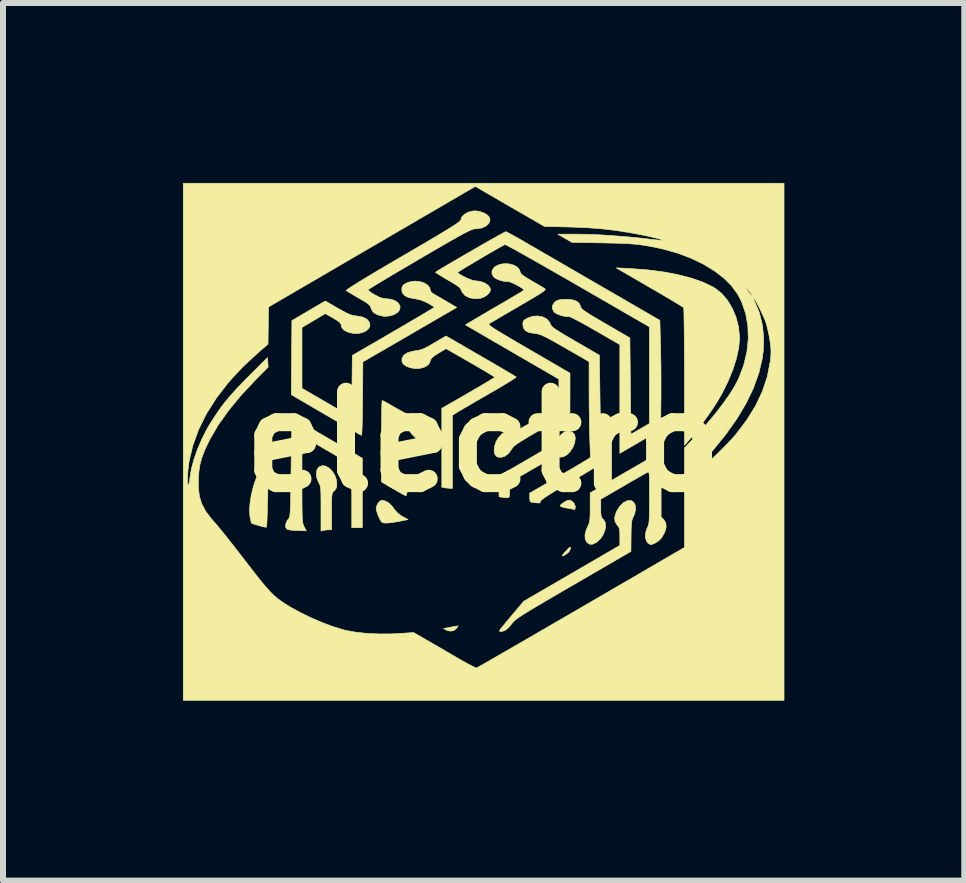
<source format=kicad_pcb>
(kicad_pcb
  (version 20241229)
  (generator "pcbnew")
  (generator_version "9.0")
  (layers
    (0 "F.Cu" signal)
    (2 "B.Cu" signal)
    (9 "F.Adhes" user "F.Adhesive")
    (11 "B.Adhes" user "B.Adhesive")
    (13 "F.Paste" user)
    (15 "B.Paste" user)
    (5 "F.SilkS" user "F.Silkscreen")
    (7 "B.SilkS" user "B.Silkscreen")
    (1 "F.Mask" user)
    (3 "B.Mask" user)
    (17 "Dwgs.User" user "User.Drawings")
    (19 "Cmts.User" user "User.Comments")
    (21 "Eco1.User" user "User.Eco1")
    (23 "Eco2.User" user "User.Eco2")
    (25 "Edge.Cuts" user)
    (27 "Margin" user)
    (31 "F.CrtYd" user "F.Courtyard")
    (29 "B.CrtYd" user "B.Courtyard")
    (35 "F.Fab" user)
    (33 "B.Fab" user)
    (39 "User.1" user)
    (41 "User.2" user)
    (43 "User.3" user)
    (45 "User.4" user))
  (footprint "electro"
    (layer "F.Cu")
    (at 5.004 4.315)
    (property "Reference" "electro" (at 0 0 0) (layer "F.SilkS") (effects (font (size 1.524 1.524) (thickness 0.3))))
    (attr through_hole)
    (fp_poly (pts (xy -0.444 3.11) (xy -0.487 3.146) (xy -0.545 3.157) (xy -0.608 3.142) (xy -0.617 3.137) (xy -0.66 3.113) (xy -0.608 3.103) (xy -0.555 3.093) (xy -0.494 3.081) (xy -0.486 3.08) (xy -0.416 3.068) (xy -0.444 3.11)) (stroke (width 0.01) (type solid)) (fill yes) (layer "F.SilkS"))
    (fp_poly (pts (xy 1.455 1.779) (xy 1.453 1.792) (xy 1.431 1.833) (xy 1.39 1.87) (xy 1.387 1.872) (xy 1.339 1.899) (xy 1.319 1.904) (xy 1.325 1.887) (xy 1.357 1.847) (xy 1.37 1.833) (xy 1.416 1.783) (xy 1.443 1.758) (xy 1.455 1.758) (xy 1.455 1.779)) (stroke (width 0.01) (type solid)) (fill yes) (layer "F.SilkS"))
    (fp_poly (pts (xy 1.477 0.987) (xy 1.515 1.025) (xy 1.535 1.072) (xy 1.537 1.086) (xy 1.532 1.119) (xy 1.523 1.128) (xy 1.5 1.124) (xy 1.453 1.115) (xy 1.395 1.105) (xy 1.337 1.093) (xy 1.296 1.079) (xy 1.282 1.068) (xy 1.297 1.046) (xy 1.333 1.018) (xy 1.377 0.991) (xy 1.418 0.974) (xy 1.433 0.971) (xy 1.477 0.987)) (stroke (width 0.01) (type solid)) (fill yes) (layer "F.SilkS"))
    (fp_poly (pts (xy -1.654 0.979) (xy -1.583 1.011) (xy -1.514 1.077) (xy -1.474 1.133) (xy -1.43 1.183) (xy -1.368 1.232) (xy -1.342 1.247) (xy -1.252 1.296) (xy -1.361 1.319) (xy -1.49 1.342) (xy -1.587 1.354) (xy -1.653 1.354) (xy -1.688 1.342) (xy -1.691 1.339) (xy -1.72 1.294) (xy -1.748 1.233) (xy -1.771 1.169) (xy -1.783 1.118) (xy -1.784 1.111) (xy -1.773 1.065) (xy -1.747 1.017) (xy -1.746 1.016) (xy -1.713 0.983) (xy -1.678 0.976) (xy -1.654 0.979)) (stroke (width 0.01) (type solid)) (fill yes) (layer "F.SilkS"))
    (fp_poly (pts (xy -2.629 0.404) (xy -2.571 0.435) (xy -2.518 0.486) (xy -2.475 0.552) (xy -2.446 0.63) (xy -2.438 0.703) (xy -2.444 0.762) (xy -2.468 0.803) (xy -2.482 0.816) (xy -2.498 0.831) (xy -2.509 0.847) (xy -2.517 0.87) (xy -2.522 0.905) (xy -2.525 0.958) (xy -2.526 1.034) (xy -2.526 1.139) (xy -2.526 1.16) (xy -2.526 1.466) (xy -2.574 1.466) (xy -2.627 1.471) (xy -2.663 1.477) (xy -2.703 1.488) (xy -2.703 1.116) (xy -2.703 0.991) (xy -2.704 0.896) (xy -2.706 0.826) (xy -2.709 0.776) (xy -2.715 0.74) (xy -2.724 0.713) (xy -2.735 0.689) (xy -2.741 0.679) (xy -2.772 0.605) (xy -2.781 0.531) (xy -2.77 0.466) (xy -2.739 0.421) (xy -2.686 0.398) (xy -2.629 0.404)) (stroke (width 0.01) (type solid)) (fill yes) (layer "F.SilkS"))
    (fp_poly (pts (xy -3.59 0.229) (xy -3.588 0.276) (xy -3.586 0.349) (xy -3.586 0.442) (xy -3.586 0.551) (xy -3.587 0.67) (xy -3.589 0.796) (xy -3.591 0.922) (xy -3.594 1.044) (xy -3.597 1.157) (xy -3.601 1.257) (xy -3.604 1.337) (xy -3.608 1.394) (xy -3.612 1.422) (xy -3.613 1.424) (xy -3.638 1.422) (xy -3.685 1.411) (xy -3.741 1.396) (xy -3.799 1.379) (xy -3.842 1.364) (xy -3.861 1.356) (xy -3.868 1.335) (xy -3.878 1.29) (xy -3.888 1.242) (xy -3.894 1.148) (xy -3.887 1.031) (xy -3.867 0.9) (xy -3.835 0.764) (xy -3.813 0.689) (xy -3.791 0.63) (xy -3.762 0.557) (xy -3.728 0.477) (xy -3.692 0.398) (xy -3.658 0.325) (xy -3.628 0.265) (xy -3.605 0.225) (xy -3.594 0.212) (xy -3.59 0.229)) (stroke (width 0.01) (type solid)) (fill yes) (layer "F.SilkS"))
    (fp_poly (pts (xy 1.472 -0.17) (xy 1.49 -0.158) (xy 1.525 -0.119) (xy 1.536 -0.067) (xy 1.536 -0.056) (xy 1.525 0.022) (xy 1.494 0.098) (xy 1.449 0.164) (xy 1.396 0.217) (xy 1.339 0.249) (xy 1.283 0.257) (xy 1.254 0.247) (xy 1.239 0.243) (xy 1.218 0.245) (xy 1.187 0.256) (xy 1.142 0.277) (xy 1.079 0.31) (xy 0.996 0.356) (xy 0.887 0.419) (xy 0.829 0.452) (xy 0.442 0.677) (xy 0.442 0.806) (xy 0.441 0.875) (xy 0.435 0.915) (xy 0.417 0.932) (xy 0.379 0.933) (xy 0.315 0.924) (xy 0.314 0.924) (xy 0.265 0.916) (xy 0.265 0.57) (xy 0.734 0.298) (xy 0.869 0.22) (xy 0.976 0.157) (xy 1.06 0.106) (xy 1.123 0.066) (xy 1.169 0.033) (xy 1.201 0.007) (xy 1.223 -0.016) (xy 1.239 -0.037) (xy 1.242 -0.043) (xy 1.295 -0.117) (xy 1.354 -0.164) (xy 1.415 -0.182) (xy 1.472 -0.17)) (stroke (width 0.01) (type solid)) (fill yes) (layer "F.SilkS"))
    (fp_poly (pts (xy 2.455 -2.888) (xy 2.735 -2.867) (xy 2.997 -2.834) (xy 3.241 -2.788) (xy 3.461 -2.732) (xy 3.654 -2.665) (xy 3.818 -2.589) (xy 3.867 -2.56) (xy 3.976 -2.474) (xy 4.073 -2.36) (xy 4.154 -2.225) (xy 4.217 -2.074) (xy 4.258 -1.914) (xy 4.274 -1.752) (xy 4.275 -1.734) (xy 4.262 -1.573) (xy 4.224 -1.394) (xy 4.163 -1.202) (xy 4.081 -1.003) (xy 3.98 -0.801) (xy 3.894 -0.654) (xy 3.827 -0.55) (xy 3.745 -0.432) (xy 3.656 -0.309) (xy 3.566 -0.191) (xy 3.482 -0.086) (xy 3.431 -0.027) (xy 3.356 0.058) (xy 3.356 -1.079) (xy 3.356 -1.277) (xy 3.355 -1.464) (xy 3.354 -1.638) (xy 3.353 -1.796) (xy 3.351 -1.934) (xy 3.349 -2.05) (xy 3.348 -2.14) (xy 3.345 -2.202) (xy 3.343 -2.233) (xy 3.343 -2.236) (xy 3.325 -2.249) (xy 3.28 -2.277) (xy 3.211 -2.319) (xy 3.123 -2.372) (xy 3.018 -2.434) (xy 2.899 -2.504) (xy 2.773 -2.577) (xy 2.217 -2.9) (xy 2.455 -2.888)) (stroke (width 0.01) (type solid)) (fill yes) (layer "F.SilkS"))
    (fp_poly (pts (xy 2.471 0.981) (xy 2.513 1.011) (xy 2.537 1.061) (xy 2.542 1.126) (xy 2.526 1.2) (xy 2.506 1.246) (xy 2.491 1.278) (xy 2.48 1.312) (xy 2.473 1.357) (xy 2.469 1.418) (xy 2.467 1.503) (xy 2.466 1.572) (xy 2.464 1.827) (xy 1.504 2.385) (xy 1.307 2.499) (xy 1.138 2.598) (xy 0.995 2.682) (xy 0.876 2.752) (xy 0.778 2.811) (xy 0.699 2.86) (xy 0.636 2.9) (xy 0.587 2.933) (xy 0.551 2.959) (xy 0.524 2.982) (xy 0.504 3.001) (xy 0.488 3.019) (xy 0.485 3.024) (xy 0.422 3.1) (xy 0.365 3.145) (xy 0.311 3.162) (xy 0.303 3.162) (xy 0.274 3.159) (xy 0.275 3.143) (xy 0.285 3.128) (xy 0.304 3.103) (xy 0.342 3.057) (xy 0.394 2.995) (xy 0.454 2.922) (xy 0.493 2.876) (xy 0.677 2.658) (xy 1.478 2.193) (xy 2.279 1.727) (xy 2.279 1.58) (xy 2.278 1.505) (xy 2.273 1.457) (xy 2.263 1.425) (xy 2.245 1.399) (xy 2.234 1.388) (xy 2.198 1.329) (xy 2.193 1.255) (xy 2.221 1.167) (xy 2.226 1.157) (xy 2.278 1.074) (xy 2.341 1.013) (xy 2.408 0.98) (xy 2.414 0.979) (xy 2.471 0.981)) (stroke (width 0.01) (type solid)) (fill yes) (layer "F.SilkS"))
    (fp_poly (pts (xy -1.663 -0.68) (xy -1.619 -0.657) (xy -1.557 -0.622) (xy -1.482 -0.579) (xy -1.459 -0.566) (xy -1.371 -0.516) (xy -1.307 -0.482) (xy -1.264 -0.463) (xy -1.234 -0.457) (xy -1.215 -0.461) (xy -1.215 -0.461) (xy -1.161 -0.472) (xy -1.102 -0.454) (xy -1.043 -0.414) (xy -0.99 -0.356) (xy -0.949 -0.286) (xy -0.924 -0.209) (xy -0.918 -0.159) (xy -0.931 -0.105) (xy -0.962 -0.059) (xy -1.004 -0.03) (xy -1.047 -0.027) (xy -1.125 -0.065) (xy -1.19 -0.128) (xy -1.216 -0.166) (xy -1.281 -0.241) (xy -1.372 -0.306) (xy -1.427 -0.338) (xy -1.469 -0.361) (xy -1.491 -0.371) (xy -1.491 -0.371) (xy -1.494 -0.354) (xy -1.496 -0.306) (xy -1.498 -0.233) (xy -1.5 -0.137) (xy -1.501 -0.025) (xy -1.501 0.1) (xy -1.501 0.102) (xy -1.501 0.574) (xy -1.378 0.645) (xy -1.32 0.681) (xy -1.277 0.714) (xy -1.256 0.738) (xy -1.254 0.742) (xy -1.258 0.785) (xy -1.266 0.835) (xy -1.276 0.877) (xy -1.285 0.899) (xy -1.287 0.901) (xy -1.306 0.892) (xy -1.349 0.869) (xy -1.41 0.835) (xy -1.483 0.792) (xy -1.497 0.784) (xy -1.696 0.668) (xy -1.696 -0.01) (xy -1.695 -0.161) (xy -1.694 -0.3) (xy -1.693 -0.424) (xy -1.691 -0.529) (xy -1.689 -0.61) (xy -1.686 -0.664) (xy -1.683 -0.688) (xy -1.682 -0.689) (xy -1.663 -0.68)) (stroke (width 0.01) (type solid)) (fill yes) (layer "F.SilkS"))
    (fp_poly (pts (xy -0.04 -1.429) (xy 0.09 -1.353) (xy 0.211 -1.283) (xy 0.318 -1.22) (xy 0.41 -1.166) (xy 0.481 -1.124) (xy 0.529 -1.095) (xy 0.55 -1.081) (xy 0.551 -1.081) (xy 0.539 -1.069) (xy 0.501 -1.043) (xy 0.438 -1.003) (xy 0.356 -0.953) (xy 0.258 -0.894) (xy 0.147 -0.83) (xy 0.102 -0.804) (xy -0.018 -0.735) (xy -0.131 -0.669) (xy -0.234 -0.609) (xy -0.321 -0.559) (xy -0.388 -0.519) (xy -0.429 -0.494) (xy -0.436 -0.491) (xy -0.512 -0.442) (xy -0.512 0.777) (xy -0.561 0.775) (xy -0.614 0.77) (xy -0.649 0.765) (xy -0.689 0.757) (xy -0.689 -0.558) (xy -0.247 -0.813) (xy -0.135 -0.878) (xy -0.032 -0.938) (xy 0.055 -0.99) (xy 0.124 -1.032) (xy 0.172 -1.061) (xy 0.193 -1.076) (xy 0.194 -1.077) (xy 0.179 -1.088) (xy 0.137 -1.114) (xy 0.073 -1.153) (xy -0.01 -1.202) (xy -0.107 -1.259) (xy -0.212 -1.32) (xy -0.618 -1.553) (xy -0.744 -1.478) (xy -0.815 -1.433) (xy -0.857 -1.397) (xy -0.876 -1.367) (xy -0.877 -1.361) (xy -0.898 -1.304) (xy -0.945 -1.262) (xy -0.984 -1.243) (xy -1.059 -1.223) (xy -1.14 -1.222) (xy -1.219 -1.235) (xy -1.287 -1.263) (xy -1.335 -1.301) (xy -1.353 -1.335) (xy -1.352 -1.395) (xy -1.32 -1.446) (xy -1.258 -1.486) (xy -1.17 -1.511) (xy -1.128 -1.517) (xy -1.075 -1.525) (xy -1.026 -1.538) (xy -0.973 -1.56) (xy -0.907 -1.595) (xy -0.82 -1.645) (xy -0.817 -1.647) (xy -0.619 -1.764) (xy -0.04 -1.429)) (stroke (width 0.01) (type solid)) (fill yes) (layer "F.SilkS"))
    (fp_poly (pts (xy -3.163 -0.393) (xy -3.118 -0.367) (xy -3.05 -0.328) (xy -2.961 -0.277) (xy -2.856 -0.216) (xy -2.737 -0.147) (xy -2.608 -0.072) (xy -2.591 -0.062) (xy -2.014 0.274) (xy -2.014 0.852) (xy -2.014 1.431) (xy -2.19 1.431) (xy -2.19 0.912) (xy -2.191 0.753) (xy -2.192 0.626) (xy -2.194 0.529) (xy -2.197 0.458) (xy -2.202 0.41) (xy -2.207 0.383) (xy -2.212 0.375) (xy -2.234 0.361) (xy -2.281 0.332) (xy -2.348 0.292) (xy -2.431 0.243) (xy -2.522 0.189) (xy -2.619 0.133) (xy -2.714 0.077) (xy -2.803 0.025) (xy -2.882 -0.02) (xy -2.943 -0.055) (xy -2.983 -0.077) (xy -2.995 -0.082) (xy -3.002 -0.081) (xy -3.007 -0.069) (xy -3.011 -0.043) (xy -3.014 -0.001) (xy -3.017 0.061) (xy -3.018 0.145) (xy -3.02 0.255) (xy -3.02 0.393) (xy -3.02 0.562) (xy -3.02 0.626) (xy -3.02 0.805) (xy -3.02 0.951) (xy -3.019 1.07) (xy -3.018 1.164) (xy -3.016 1.236) (xy -3.013 1.291) (xy -3.009 1.332) (xy -3.004 1.362) (xy -2.998 1.385) (xy -2.989 1.404) (xy -2.985 1.414) (xy -2.949 1.484) (xy -3.051 1.481) (xy -3.121 1.478) (xy -3.188 1.474) (xy -3.217 1.471) (xy -3.267 1.459) (xy -3.289 1.434) (xy -3.291 1.428) (xy -3.291 1.374) (xy -3.27 1.317) (xy -3.238 1.277) (xy -3.232 1.269) (xy -3.226 1.252) (xy -3.222 1.225) (xy -3.218 1.184) (xy -3.214 1.126) (xy -3.211 1.048) (xy -3.209 0.947) (xy -3.206 0.821) (xy -3.204 0.666) (xy -3.202 0.479) (xy -3.201 0.424) (xy -3.199 0.257) (xy -3.197 0.101) (xy -3.194 -0.04) (xy -3.191 -0.163) (xy -3.188 -0.264) (xy -3.185 -0.34) (xy -3.183 -0.387) (xy -3.18 -0.402) (xy -3.163 -0.393)) (stroke (width 0.01) (type solid)) (fill yes) (layer "F.SilkS"))
    (fp_poly (pts (xy 0.995 -2.082) (xy 1.063 -2.046) (xy 1.109 -1.992) (xy 1.121 -1.964) (xy 1.129 -1.945) (xy 1.144 -1.926) (xy 1.17 -1.902) (xy 1.21 -1.873) (xy 1.268 -1.836) (xy 1.348 -1.787) (xy 1.452 -1.726) (xy 1.538 -1.676) (xy 1.938 -1.443) (xy 1.951 -0.546) (xy 1.954 -0.371) (xy 1.955 -0.207) (xy 1.957 -0.056) (xy 1.957 0.077) (xy 1.957 0.189) (xy 1.957 0.277) (xy 1.956 0.337) (xy 1.954 0.366) (xy 1.953 0.369) (xy 1.936 0.381) (xy 1.892 0.41) (xy 1.824 0.451) (xy 1.737 0.504) (xy 1.634 0.565) (xy 1.519 0.632) (xy 1.448 0.674) (xy 1.299 0.761) (xy 1.179 0.832) (xy 1.087 0.889) (xy 1.021 0.933) (xy 0.978 0.965) (xy 0.957 0.986) (xy 0.954 0.993) (xy 0.952 1.01) (xy 0.94 1.019) (xy 0.911 1.02) (xy 0.857 1.014) (xy 0.835 1.012) (xy 0.798 1.005) (xy 0.782 0.988) (xy 0.777 0.951) (xy 0.777 0.93) (xy 0.777 0.855) (xy 1.214 0.602) (xy 1.331 0.534) (xy 1.441 0.471) (xy 1.539 0.413) (xy 1.621 0.365) (xy 1.682 0.328) (xy 1.718 0.306) (xy 1.72 0.305) (xy 1.789 0.261) (xy 1.778 -0.042) (xy 1.775 -0.145) (xy 1.772 -0.275) (xy 1.77 -0.422) (xy 1.768 -0.578) (xy 1.767 -0.733) (xy 1.766 -0.84) (xy 1.766 -1.336) (xy 1.364 -1.567) (xy 1.241 -1.638) (xy 1.143 -1.693) (xy 1.067 -1.734) (xy 1.008 -1.763) (xy 0.962 -1.783) (xy 0.925 -1.795) (xy 0.891 -1.802) (xy 0.86 -1.806) (xy 0.767 -1.821) (xy 0.705 -1.852) (xy 0.671 -1.901) (xy 0.662 -1.954) (xy 0.665 -1.996) (xy 0.679 -2.024) (xy 0.713 -2.048) (xy 0.742 -2.063) (xy 0.827 -2.093) (xy 0.914 -2.098) (xy 0.995 -2.082)) (stroke (width 0.01) (type solid)) (fill yes) (layer "F.SilkS"))
    (fp_poly (pts (xy 2.958 0.194) (xy 2.961 0.242) (xy 2.963 0.316) (xy 2.965 0.414) (xy 2.967 0.529) (xy 2.967 0.658) (xy 2.967 0.715) (xy 2.967 1.252) (xy 3.012 1.297) (xy 3.046 1.355) (xy 3.051 1.427) (xy 3.027 1.51) (xy 2.975 1.6) (xy 2.972 1.605) (xy 2.926 1.65) (xy 2.869 1.688) (xy 2.813 1.711) (xy 2.791 1.713) (xy 2.755 1.697) (xy 2.724 1.657) (xy 2.705 1.601) (xy 2.703 1.571) (xy 2.711 1.508) (xy 2.732 1.442) (xy 2.738 1.431) (xy 2.749 1.407) (xy 2.757 1.38) (xy 2.764 1.346) (xy 2.768 1.3) (xy 2.771 1.236) (xy 2.772 1.151) (xy 2.773 1.04) (xy 2.773 0.928) (xy 2.773 0.808) (xy 2.772 0.702) (xy 2.771 0.612) (xy 2.769 0.545) (xy 2.767 0.504) (xy 2.765 0.495) (xy 2.749 0.503) (xy 2.705 0.527) (xy 2.64 0.564) (xy 2.556 0.612) (xy 2.458 0.668) (xy 2.359 0.726) (xy 1.961 0.957) (xy 1.961 1.107) (xy 1.962 1.182) (xy 1.966 1.23) (xy 1.975 1.261) (xy 1.991 1.281) (xy 2 1.289) (xy 2.033 1.337) (xy 2.042 1.401) (xy 2.031 1.474) (xy 2.001 1.549) (xy 1.955 1.617) (xy 1.896 1.672) (xy 1.885 1.679) (xy 1.824 1.707) (xy 1.777 1.708) (xy 1.734 1.681) (xy 1.731 1.678) (xy 1.702 1.625) (xy 1.698 1.554) (xy 1.718 1.47) (xy 1.74 1.42) (xy 1.758 1.382) (xy 1.77 1.346) (xy 1.778 1.304) (xy 1.782 1.249) (xy 1.784 1.171) (xy 1.784 1.093) (xy 1.784 0.852) (xy 2.364 0.514) (xy 2.494 0.439) (xy 2.614 0.369) (xy 2.722 0.307) (xy 2.813 0.255) (xy 2.885 0.215) (xy 2.933 0.188) (xy 2.955 0.177) (xy 2.955 0.177) (xy 2.958 0.194)) (stroke (width 0.01) (type solid)) (fill yes) (layer "F.SilkS"))
    (fp_poly (pts (xy -0.057 -3.84) (xy 0.013 -3.815) (xy 0.071 -3.78) (xy 0.107 -3.74) (xy 0.108 -3.737) (xy 0.115 -3.685) (xy 0.092 -3.637) (xy 0.044 -3.595) (xy -0.023 -3.565) (xy -0.105 -3.551) (xy -0.127 -3.55) (xy -0.147 -3.549) (xy -0.17 -3.543) (xy -0.2 -3.532) (xy -0.239 -3.515) (xy -0.291 -3.489) (xy -0.357 -3.454) (xy -0.439 -3.408) (xy -0.541 -3.351) (xy -0.665 -3.279) (xy -0.814 -3.193) (xy -0.989 -3.091) (xy -1.059 -3.05) (xy -1.217 -2.957) (xy -1.367 -2.869) (xy -1.504 -2.788) (xy -1.626 -2.715) (xy -1.731 -2.652) (xy -1.815 -2.601) (xy -1.876 -2.563) (xy -1.911 -2.54) (xy -1.919 -2.534) (xy -1.907 -2.518) (xy -1.872 -2.49) (xy -1.819 -2.457) (xy -1.808 -2.451) (xy -1.729 -2.41) (xy -1.665 -2.39) (xy -1.612 -2.385) (xy -1.528 -2.375) (xy -1.458 -2.347) (xy -1.409 -2.307) (xy -1.384 -2.258) (xy -1.39 -2.205) (xy -1.392 -2.2) (xy -1.431 -2.152) (xy -1.495 -2.116) (xy -1.574 -2.096) (xy -1.657 -2.092) (xy -1.736 -2.109) (xy -1.802 -2.138) (xy -1.842 -2.172) (xy -1.865 -2.217) (xy -1.869 -2.232) (xy -1.879 -2.258) (xy -1.9 -2.284) (xy -1.935 -2.312) (xy -1.992 -2.348) (xy -2.074 -2.396) (xy -2.074 -2.396) (xy -2.148 -2.439) (xy -2.212 -2.477) (xy -2.259 -2.506) (xy -2.281 -2.521) (xy -2.282 -2.522) (xy -2.27 -2.534) (xy -2.229 -2.564) (xy -2.157 -2.61) (xy -2.057 -2.673) (xy -1.927 -2.752) (xy -1.769 -2.846) (xy -1.583 -2.956) (xy -1.37 -3.081) (xy -1.335 -3.101) (xy -1.134 -3.219) (xy -0.962 -3.319) (xy -0.817 -3.405) (xy -0.696 -3.477) (xy -0.598 -3.537) (xy -0.52 -3.585) (xy -0.461 -3.623) (xy -0.419 -3.653) (xy -0.391 -3.675) (xy -0.376 -3.69) (xy -0.371 -3.701) (xy -0.371 -3.701) (xy -0.355 -3.75) (xy -0.311 -3.793) (xy -0.247 -3.828) (xy -0.171 -3.847) (xy -0.127 -3.85) (xy -0.057 -3.84)) (stroke (width 0.01) (type solid)) (fill yes) (layer "F.SilkS"))
    (fp_poly (pts (xy -1.054 -2.671) (xy -0.982 -2.648) (xy -0.925 -2.613) (xy -0.89 -2.569) (xy -0.883 -2.537) (xy -0.867 -2.497) (xy -0.835 -2.47) (xy -0.8 -2.45) (xy -0.743 -2.417) (xy -0.672 -2.376) (xy -0.613 -2.341) (xy -0.44 -2.24) (xy -1.222 -1.786) (xy -2.005 -1.332) (xy -2.009 -0.719) (xy -2.011 -0.576) (xy -2.013 -0.445) (xy -2.015 -0.33) (xy -2.018 -0.234) (xy -2.021 -0.163) (xy -2.024 -0.119) (xy -2.027 -0.107) (xy -2.045 -0.116) (xy -2.09 -0.141) (xy -2.158 -0.18) (xy -2.247 -0.231) (xy -2.352 -0.292) (xy -2.471 -0.361) (xy -2.6 -0.436) (xy -2.619 -0.447) (xy -3.198 -0.785) (xy -3.193 -1.403) (xy -3.188 -2.021) (xy -2.91 -2.184) (xy -2.631 -2.348) (xy -2.424 -2.227) (xy -2.334 -2.177) (xy -2.267 -2.141) (xy -2.213 -2.119) (xy -2.166 -2.106) (xy -2.118 -2.098) (xy -2.109 -2.098) (xy -2.009 -2.08) (xy -1.939 -2.045) (xy -1.896 -1.994) (xy -1.895 -1.991) (xy -1.886 -1.937) (xy -1.906 -1.889) (xy -1.951 -1.849) (xy -2.013 -1.82) (xy -2.088 -1.805) (xy -2.169 -1.807) (xy -2.252 -1.827) (xy -2.252 -1.827) (xy -2.321 -1.863) (xy -2.358 -1.909) (xy -2.367 -1.955) (xy -2.384 -1.983) (xy -2.434 -2.023) (xy -2.499 -2.062) (xy -2.63 -2.137) (xy -2.825 -2.022) (xy -3.02 -1.906) (xy -3.02 -1.399) (xy -3.02 -0.892) (xy -2.617 -0.658) (xy -2.509 -0.595) (xy -2.411 -0.539) (xy -2.328 -0.492) (xy -2.262 -0.455) (xy -2.219 -0.432) (xy -2.203 -0.424) (xy -2.199 -0.441) (xy -2.196 -0.489) (xy -2.193 -0.563) (xy -2.19 -0.659) (xy -2.188 -0.774) (xy -2.186 -0.901) (xy -2.186 -0.932) (xy -2.181 -1.44) (xy -1.497 -1.837) (xy -1.356 -1.919) (xy -1.225 -1.996) (xy -1.106 -2.066) (xy -1.003 -2.127) (xy -0.92 -2.177) (xy -0.858 -2.214) (xy -0.822 -2.237) (xy -0.813 -2.243) (xy -0.827 -2.255) (xy -0.865 -2.279) (xy -0.918 -2.31) (xy -0.923 -2.313) (xy -1.032 -2.362) (xy -1.142 -2.386) (xy -1.146 -2.386) (xy -1.242 -2.404) (xy -1.307 -2.436) (xy -1.345 -2.482) (xy -1.357 -2.53) (xy -1.351 -2.582) (xy -1.322 -2.622) (xy -1.264 -2.652) (xy -1.211 -2.669) (xy -1.133 -2.679) (xy -1.054 -2.671)) (stroke (width 0.01) (type solid)) (fill yes) (layer "F.SilkS"))
    (fp_poly (pts (xy 0.435 -2.966) (xy 0.509 -2.946) (xy 0.568 -2.913) (xy 0.606 -2.869) (xy 0.615 -2.84) (xy 0.622 -2.817) (xy 0.641 -2.793) (xy 0.677 -2.764) (xy 0.735 -2.727) (xy 0.809 -2.683) (xy 0.885 -2.639) (xy 0.952 -2.599) (xy 1.002 -2.569) (xy 1.03 -2.552) (xy 1.03 -2.552) (xy 1.036 -2.544) (xy 1.032 -2.532) (xy 1.015 -2.516) (xy 0.983 -2.492) (xy 0.932 -2.459) (xy 0.86 -2.415) (xy 0.764 -2.358) (xy 0.641 -2.286) (xy 0.597 -2.26) (xy 0.48 -2.192) (xy 0.371 -2.129) (xy 0.275 -2.073) (xy 0.196 -2.026) (xy 0.138 -1.992) (xy 0.105 -1.972) (xy 0.1 -1.969) (xy 0.096 -1.962) (xy 0.1 -1.952) (xy 0.115 -1.936) (xy 0.144 -1.914) (xy 0.188 -1.884) (xy 0.251 -1.845) (xy 0.335 -1.794) (xy 0.442 -1.731) (xy 0.574 -1.653) (xy 0.735 -1.559) (xy 0.758 -1.546) (xy 1.448 -1.144) (xy 1.448 -0.815) (xy 1.447 -0.486) (xy 0.981 -0.216) (xy 0.846 -0.138) (xy 0.739 -0.075) (xy 0.656 -0.024) (xy 0.594 0.015) (xy 0.548 0.047) (xy 0.516 0.073) (xy 0.494 0.096) (xy 0.478 0.118) (xy 0.474 0.125) (xy 0.422 0.195) (xy 0.361 0.241) (xy 0.297 0.261) (xy 0.237 0.252) (xy 0.227 0.247) (xy 0.195 0.209) (xy 0.183 0.151) (xy 0.189 0.079) (xy 0.214 0.002) (xy 0.25 -0.062) (xy 0.313 -0.132) (xy 0.385 -0.168) (xy 0.457 -0.17) (xy 0.48 -0.168) (xy 0.505 -0.171) (xy 0.536 -0.181) (xy 0.578 -0.199) (xy 0.634 -0.228) (xy 0.71 -0.27) (xy 0.809 -0.327) (xy 0.892 -0.376) (xy 1.263 -0.592) (xy 1.263 -1.045) (xy 0.486 -1.495) (xy 0.335 -1.583) (xy 0.193 -1.665) (xy 0.064 -1.74) (xy -0.049 -1.806) (xy -0.145 -1.862) (xy -0.219 -1.905) (xy -0.27 -1.934) (xy -0.293 -1.948) (xy -0.295 -1.949) (xy -0.281 -1.958) (xy -0.24 -1.983) (xy -0.176 -2.021) (xy -0.092 -2.071) (xy 0.007 -2.129) (xy 0.119 -2.195) (xy 0.17 -2.225) (xy 0.288 -2.293) (xy 0.397 -2.357) (xy 0.492 -2.413) (xy 0.571 -2.46) (xy 0.629 -2.494) (xy 0.661 -2.515) (xy 0.667 -2.518) (xy 0.677 -2.531) (xy 0.669 -2.546) (xy 0.638 -2.568) (xy 0.581 -2.602) (xy 0.573 -2.606) (xy 0.511 -2.638) (xy 0.456 -2.661) (xy 0.42 -2.671) (xy 0.416 -2.671) (xy 0.354 -2.674) (xy 0.284 -2.691) (xy 0.22 -2.717) (xy 0.177 -2.746) (xy 0.146 -2.8) (xy 0.149 -2.855) (xy 0.184 -2.907) (xy 0.21 -2.927) (xy 0.278 -2.958) (xy 0.355 -2.97) (xy 0.435 -2.966)) (stroke (width 0.01) (type solid)) (fill yes) (layer "F.SilkS"))
    (fp_poly (pts (xy 0.399 -3.494) (xy 0.445 -3.47) (xy 0.51 -3.435) (xy 0.587 -3.392) (xy 0.618 -3.374) (xy 0.693 -3.331) (xy 0.792 -3.273) (xy 0.908 -3.206) (xy 1.035 -3.132) (xy 1.167 -3.056) (xy 1.296 -2.981) (xy 1.298 -2.98) (xy 1.443 -2.896) (xy 1.603 -2.803) (xy 1.77 -2.706) (xy 1.933 -2.612) (xy 2.082 -2.525) (xy 2.173 -2.473) (xy 2.294 -2.403) (xy 2.416 -2.332) (xy 2.532 -2.265) (xy 2.635 -2.205) (xy 2.72 -2.156) (xy 2.767 -2.129) (xy 2.946 -2.025) (xy 2.958 -1.582) (xy 2.961 -1.429) (xy 2.964 -1.254) (xy 2.965 -1.068) (xy 2.965 -0.885) (xy 2.965 -0.719) (xy 2.964 -0.672) (xy 2.959 -0.204) (xy 2.279 0.192) (xy 2.279 -1.62) (xy 1.863 -1.86) (xy 1.746 -1.927) (xy 1.641 -1.985) (xy 1.553 -2.032) (xy 1.484 -2.067) (xy 1.439 -2.087) (xy 1.422 -2.091) (xy 1.38 -2.088) (xy 1.321 -2.099) (xy 1.258 -2.12) (xy 1.206 -2.146) (xy 1.184 -2.163) (xy 1.154 -2.217) (xy 1.157 -2.274) (xy 1.191 -2.326) (xy 1.207 -2.339) (xy 1.242 -2.359) (xy 1.287 -2.371) (xy 1.35 -2.375) (xy 1.387 -2.376) (xy 1.49 -2.367) (xy 1.563 -2.342) (xy 1.608 -2.299) (xy 1.625 -2.253) (xy 1.631 -2.236) (xy 1.646 -2.217) (xy 1.672 -2.194) (xy 1.714 -2.165) (xy 1.774 -2.126) (xy 1.856 -2.076) (xy 1.964 -2.013) (xy 2.04 -1.968) (xy 2.446 -1.732) (xy 2.455 -0.929) (xy 2.464 -0.126) (xy 2.773 -0.305) (xy 2.772 -1.916) (xy 1.58 -2.605) (xy 1.391 -2.714) (xy 1.211 -2.817) (xy 1.042 -2.914) (xy 0.887 -3.002) (xy 0.747 -3.081) (xy 0.626 -3.149) (xy 0.524 -3.206) (xy 0.446 -3.248) (xy 0.393 -3.276) (xy 0.367 -3.288) (xy 0.366 -3.288) (xy 0.343 -3.278) (xy 0.295 -3.252) (xy 0.229 -3.215) (xy 0.148 -3.168) (xy 0.057 -3.116) (xy -0.037 -3.06) (xy -0.132 -3.004) (xy -0.221 -2.951) (xy -0.299 -2.904) (xy -0.362 -2.865) (xy -0.406 -2.837) (xy -0.424 -2.824) (xy -0.424 -2.823) (xy -0.409 -2.805) (xy -0.37 -2.78) (xy -0.315 -2.751) (xy -0.255 -2.722) (xy -0.198 -2.7) (xy -0.152 -2.686) (xy -0.138 -2.685) (xy -0.052 -2.675) (xy 0.024 -2.649) (xy 0.082 -2.611) (xy 0.117 -2.564) (xy 0.124 -2.533) (xy 0.108 -2.491) (xy 0.068 -2.448) (xy 0.013 -2.412) (xy -0.046 -2.392) (xy -0.144 -2.385) (xy -0.231 -2.402) (xy -0.302 -2.439) (xy -0.35 -2.494) (xy -0.361 -2.521) (xy -0.373 -2.547) (xy -0.395 -2.573) (xy -0.434 -2.603) (xy -0.494 -2.642) (xy -0.579 -2.692) (xy -0.586 -2.696) (xy -0.662 -2.741) (xy -0.725 -2.78) (xy -0.771 -2.809) (xy -0.793 -2.824) (xy -0.794 -2.826) (xy -0.779 -2.837) (xy -0.738 -2.863) (xy -0.674 -2.902) (xy -0.591 -2.951) (xy -0.494 -3.008) (xy -0.386 -3.071) (xy -0.272 -3.137) (xy -0.156 -3.204) (xy -0.042 -3.27) (xy 0.066 -3.332) (xy 0.165 -3.388) (xy 0.249 -3.435) (xy 0.316 -3.471) (xy 0.36 -3.495) (xy 0.378 -3.503) (xy 0.399 -3.494)) (stroke (width 0.01) (type solid)) (fill yes) (layer "F.SilkS"))
    (fp_poly (pts (xy 5.016 4.31) (xy -4.999 4.31) (xy -4.999 0.637) (xy -4.928 0.637) (xy -4.926 0.688) (xy -4.919 0.715) (xy -4.913 0.717) (xy -4.904 0.696) (xy -4.894 0.65) (xy -4.887 0.597) (xy -4.864 0.454) (xy -4.821 0.293) (xy -4.761 0.122) (xy -4.687 -0.05) (xy -4.603 -0.215) (xy -4.541 -0.319) (xy -4.458 -0.447) (xy -4.379 -0.562) (xy -4.298 -0.668) (xy -4.21 -0.773) (xy -4.11 -0.884) (xy -3.991 -1.007) (xy -3.913 -1.086) (xy -3.595 -1.404) (xy -3.589 -1.325) (xy -3.584 -1.245) (xy -3.81 -1.016) (xy -4.045 -0.764) (xy -4.246 -0.519) (xy -4.416 -0.28) (xy -4.553 -0.044) (xy -4.58 0.009) (xy -4.644 0.145) (xy -4.689 0.264) (xy -4.72 0.377) (xy -4.738 0.495) (xy -4.747 0.621) (xy -4.746 0.779) (xy -4.728 0.916) (xy -4.689 1.038) (xy -4.627 1.155) (xy -4.537 1.275) (xy -4.474 1.347) (xy -4.439 1.387) (xy -4.387 1.45) (xy -4.319 1.534) (xy -4.239 1.634) (xy -4.151 1.746) (xy -4.058 1.866) (xy -3.968 1.982) (xy -3.854 2.13) (xy -3.758 2.253) (xy -3.677 2.354) (xy -3.606 2.437) (xy -3.544 2.505) (xy -3.486 2.562) (xy -3.429 2.611) (xy -3.37 2.655) (xy -3.306 2.698) (xy -3.233 2.743) (xy -3.206 2.759) (xy -3.048 2.846) (xy -2.874 2.931) (xy -2.695 3.008) (xy -2.519 3.075) (xy -2.356 3.126) (xy -2.285 3.145) (xy -2.123 3.174) (xy -1.937 3.194) (xy -1.735 3.203) (xy -1.527 3.202) (xy -1.423 3.197) (xy -1.159 3.18) (xy -0.99 3.277) (xy -0.923 3.316) (xy -0.832 3.368) (xy -0.727 3.429) (xy -0.614 3.495) (xy -0.501 3.561) (xy -0.477 3.575) (xy -0.377 3.633) (xy -0.286 3.684) (xy -0.209 3.725) (xy -0.151 3.754) (xy -0.117 3.769) (xy -0.11 3.77) (xy -0.091 3.76) (xy -0.045 3.734) (xy 0.028 3.693) (xy 0.124 3.638) (xy 0.241 3.57) (xy 0.378 3.491) (xy 0.531 3.403) (xy 0.699 3.306) (xy 0.878 3.202) (xy 1.068 3.092) (xy 1.171 3.032) (xy 1.378 2.912) (xy 1.587 2.791) (xy 1.793 2.671) (xy 1.994 2.554) (xy 2.186 2.442) (xy 2.365 2.338) (xy 2.528 2.244) (xy 2.671 2.16) (xy 2.791 2.09) (xy 2.884 2.036) (xy 2.892 2.031) (xy 3.356 1.761) (xy 3.356 0.614) (xy 3.403 0.614) (xy 3.417 0.609) (xy 3.455 0.583) (xy 3.515 0.538) (xy 3.559 0.505) (xy 3.65 0.432) (xy 3.755 0.339) (xy 3.868 0.234) (xy 3.982 0.124) (xy 4.087 0.015) (xy 4.178 -0.083) (xy 4.213 -0.124) (xy 4.395 -0.363) (xy 4.542 -0.602) (xy 4.656 -0.843) (xy 4.737 -1.087) (xy 4.786 -1.336) (xy 4.787 -1.345) (xy 4.797 -1.435) (xy 4.799 -1.51) (xy 4.795 -1.584) (xy 4.783 -1.674) (xy 4.78 -1.695) (xy 4.764 -1.786) (xy 4.744 -1.876) (xy 4.725 -1.952) (xy 4.717 -1.979) (xy 4.698 -2.032) (xy 4.669 -2.097) (xy 4.636 -2.169) (xy 4.601 -2.241) (xy 4.567 -2.306) (xy 4.539 -2.358) (xy 4.518 -2.39) (xy 4.51 -2.396) (xy 4.511 -2.377) (xy 4.526 -2.34) (xy 4.529 -2.335) (xy 4.605 -2.152) (xy 4.654 -1.952) (xy 4.677 -1.74) (xy 4.671 -1.524) (xy 4.654 -1.39) (xy 4.596 -1.146) (xy 4.507 -0.897) (xy 4.386 -0.645) (xy 4.233 -0.388) (xy 4.048 -0.126) (xy 3.829 0.144) (xy 3.583 0.414) (xy 3.502 0.5) (xy 3.445 0.561) (xy 3.412 0.599) (xy 3.403 0.614) (xy 3.356 0.614) (xy 3.356 0.103) (xy 3.559 -0.112) (xy 3.716 -0.285) (xy 3.862 -0.458) (xy 3.992 -0.626) (xy 4.104 -0.784) (xy 4.195 -0.929) (xy 4.259 -1.053) (xy 4.343 -1.274) (xy 4.397 -1.497) (xy 4.42 -1.718) (xy 4.413 -1.933) (xy 4.376 -2.14) (xy 4.309 -2.334) (xy 4.247 -2.455) (xy 4.168 -2.564) (xy 4.38 -2.564) (xy 4.392 -2.542) (xy 4.417 -2.506) (xy 4.452 -2.461) (xy 4.477 -2.436) (xy 4.486 -2.432) (xy 4.478 -2.451) (xy 4.454 -2.487) (xy 4.42 -2.529) (xy 4.388 -2.562) (xy 4.387 -2.563) (xy 4.38 -2.564) (xy 4.168 -2.564) (xy 4.147 -2.594) (xy 4.016 -2.726) (xy 3.856 -2.849) (xy 3.672 -2.961) (xy 3.467 -3.06) (xy 3.244 -3.144) (xy 3.007 -3.211) (xy 2.943 -3.226) (xy 2.832 -3.249) (xy 2.734 -3.267) (xy 2.644 -3.281) (xy 2.555 -3.292) (xy 2.459 -3.3) (xy 2.35 -3.306) (xy 2.222 -3.311) (xy 2.068 -3.314) (xy 1.998 -3.316) (xy 1.479 -3.325) (xy 1.245 -3.461) (xy 1.548 -3.462) (xy 1.728 -3.459) (xy 1.933 -3.451) (xy 2.153 -3.437) (xy 2.377 -3.42) (xy 2.596 -3.399) (xy 2.761 -3.38) (xy 2.846 -3.37) (xy 2.918 -3.363) (xy 2.97 -3.36) (xy 2.995 -3.36) (xy 2.996 -3.361) (xy 2.984 -3.368) (xy 2.943 -3.381) (xy 2.878 -3.398) (xy 2.795 -3.417) (xy 2.699 -3.438) (xy 2.596 -3.459) (xy 2.492 -3.478) (xy 2.473 -3.481) (xy 2.274 -3.514) (xy 2.088 -3.539) (xy 1.905 -3.557) (xy 1.714 -3.57) (xy 1.502 -3.579) (xy 1.433 -3.581) (xy 1.021 -3.591) (xy 0.445 -3.924) (xy -0.13 -4.258) (xy -0.281 -4.17) (xy -0.318 -4.149) (xy -0.382 -4.111) (xy -0.473 -4.059) (xy -0.587 -3.992) (xy -0.722 -3.913) (xy -0.877 -3.823) (xy -1.049 -3.723) (xy -1.235 -3.614) (xy -1.433 -3.499) (xy -1.641 -3.377) (xy -1.857 -3.251) (xy -2.005 -3.165) (xy -3.577 -2.248) (xy -3.582 -1.939) (xy -3.586 -1.629) (xy -3.75 -1.487) (xy -4.015 -1.241) (xy -4.247 -0.989) (xy -4.445 -0.732) (xy -4.611 -0.471) (xy -4.742 -0.207) (xy -4.839 0.061) (xy -4.9 0.317) (xy -4.912 0.401) (xy -4.921 0.486) (xy -4.926 0.567) (xy -4.928 0.637) (xy -4.999 0.637) (xy -4.999 -4.31) (xy 5.016 -4.31) (xy 5.016 4.31)) (stroke (width 0.01) (type solid)) (fill yes) (layer "F.SilkS")))
  (gr_rect
    (start -3 -3)
    (end 13.025 11.63)
    (stroke (width 0.1) (type default))
    (fill no)
    (layer "Edge.Cuts")))
</source>
